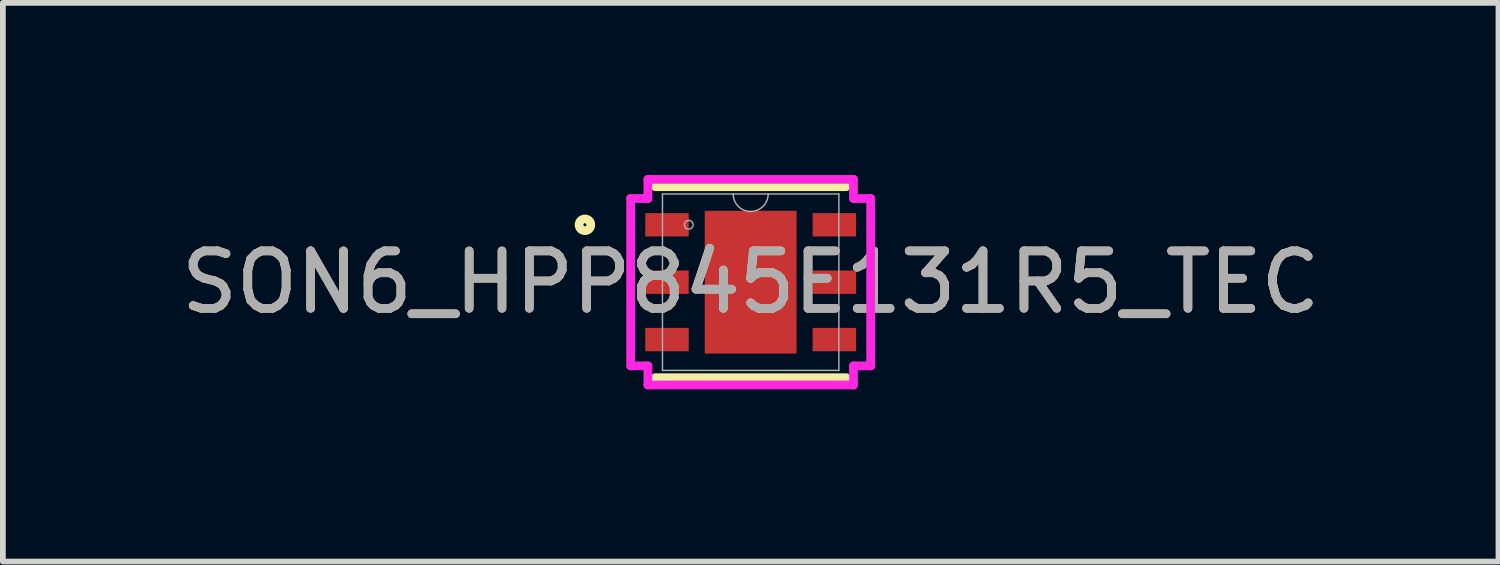
<source format=kicad_pcb>
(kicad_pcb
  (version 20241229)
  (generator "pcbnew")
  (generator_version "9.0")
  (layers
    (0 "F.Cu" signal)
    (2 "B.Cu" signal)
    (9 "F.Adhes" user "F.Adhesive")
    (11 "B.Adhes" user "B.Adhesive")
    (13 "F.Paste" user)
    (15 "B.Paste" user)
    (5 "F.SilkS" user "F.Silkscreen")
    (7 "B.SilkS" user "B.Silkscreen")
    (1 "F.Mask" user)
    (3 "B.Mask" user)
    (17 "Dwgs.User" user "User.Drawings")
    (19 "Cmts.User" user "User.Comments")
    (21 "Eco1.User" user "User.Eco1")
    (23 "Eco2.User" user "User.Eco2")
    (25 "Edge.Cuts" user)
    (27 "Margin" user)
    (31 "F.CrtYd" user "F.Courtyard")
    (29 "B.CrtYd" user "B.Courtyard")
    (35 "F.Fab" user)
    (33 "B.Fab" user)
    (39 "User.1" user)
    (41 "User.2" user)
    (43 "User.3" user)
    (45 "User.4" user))
  (footprint "SON6_HPP845E131R5_TEC"
    (layer "F.Cu")
    (at 10.03 1.867)
    (property "Reference" "SON6_HPP845E131R5_TEC" (at 0 0 0) (unlocked yes) (layer "F.SilkS") (effects (font (size 1 1) (thickness 0.15))))
    (attr smd)
    (fp_line (start -1.664 1.664) (end 1.664 1.664) (stroke (width 0.152) (type solid)) (layer "F.SilkS"))
    (fp_line (start 1.664 -1.664) (end -1.664 -1.664) (stroke (width 0.152) (type solid)) (layer "F.SilkS"))
    (fp_circle (center -2.888 -1) (end -2.786 -1) (stroke (width 0.152) (type solid)) (fill no) (layer "F.SilkS"))
    (fp_line (start -2.091 -1.458) (end -1.791 -1.458) (stroke (width 0.152) (type solid)) (layer "F.CrtYd"))
    (fp_line (start -2.091 1.458) (end -2.091 -1.458) (stroke (width 0.152) (type solid)) (layer "F.CrtYd"))
    (fp_line (start -2.091 1.458) (end -1.791 1.458) (stroke (width 0.152) (type solid)) (layer "F.CrtYd"))
    (fp_line (start -1.791 -1.791) (end 1.791 -1.791) (stroke (width 0.152) (type solid)) (layer "F.CrtYd"))
    (fp_line (start -1.791 -1.458) (end -1.791 -1.791) (stroke (width 0.152) (type solid)) (layer "F.CrtYd"))
    (fp_line (start -1.791 1.791) (end -1.791 1.458) (stroke (width 0.152) (type solid)) (layer "F.CrtYd"))
    (fp_line (start 1.791 -1.791) (end 1.791 -1.458) (stroke (width 0.152) (type solid)) (layer "F.CrtYd"))
    (fp_line (start 1.791 1.458) (end 1.791 1.791) (stroke (width 0.152) (type solid)) (layer "F.CrtYd"))
    (fp_line (start 1.791 1.791) (end -1.791 1.791) (stroke (width 0.152) (type solid)) (layer "F.CrtYd"))
    (fp_line (start 2.091 -1.458) (end 1.791 -1.458) (stroke (width 0.152) (type solid)) (layer "F.CrtYd"))
    (fp_line (start 2.091 -1.458) (end 2.091 1.458) (stroke (width 0.152) (type solid)) (layer "F.CrtYd"))
    (fp_line (start 2.091 1.458) (end 1.791 1.458) (stroke (width 0.152) (type solid)) (layer "F.CrtYd"))
    (fp_line (start -1.537 -1.537) (end -1.537 1.537) (stroke (width 0.025) (type solid)) (layer "F.Fab"))
    (fp_line (start -1.537 1.537) (end 1.537 1.537) (stroke (width 0.025) (type solid)) (layer "F.Fab"))
    (fp_line (start 1.537 -1.537) (end -1.537 -1.537) (stroke (width 0.025) (type solid)) (layer "F.Fab"))
    (fp_line (start 1.537 1.537) (end 1.537 -1.537) (stroke (width 0.025) (type solid)) (layer "F.Fab"))
    (fp_arc (start 0.3048 -1.5367) (mid 0 -1.2319) (end -0.3048 -1.5367) (stroke (width 0.0254) (type solid)) (layer "F.Fab"))
    (fp_circle (center -1.079 -1) (end -1.003 -1) (stroke (width 0.025) (type solid)) (fill no) (layer "F.Fab"))
    (fp_text user "${REFERENCE}" (at 0 0 0) (unlocked yes) (layer "F.Fab") (effects (font (size 1 1) (thickness 0.15))))
    (pad "1" smd rect (at -1.458 -1) (size 0.757 0.407) (layers "F.Cu" "F.Mask" "F.Paste"))
    (pad "2" smd rect (at -1.458 0) (size 0.757 0.407) (layers "F.Cu" "F.Mask" "F.Paste"))
    (pad "3" smd rect (at -1.458 1) (size 0.757 0.407) (layers "F.Cu" "F.Mask" "F.Paste"))
    (pad "4" smd rect (at 1.458 1) (size 0.757 0.407) (layers "F.Cu" "F.Mask" "F.Paste"))
    (pad "5" smd rect (at 1.458 0) (size 0.757 0.407) (layers "F.Cu" "F.Mask" "F.Paste"))
    (pad "6" smd rect (at 1.458 -1) (size 0.757 0.407) (layers "F.Cu" "F.Mask" "F.Paste"))
    (pad "7" smd rect (at 0 0) (size 1.6 2.489) (layers "F.Cu" "F.Mask" "F.Paste")))
  (gr_rect
    (start -3 -3)
    (end 23.06 6.734)
    (stroke (width 0.1) (type default))
    (fill no)
    (layer "Edge.Cuts")))
</source>
